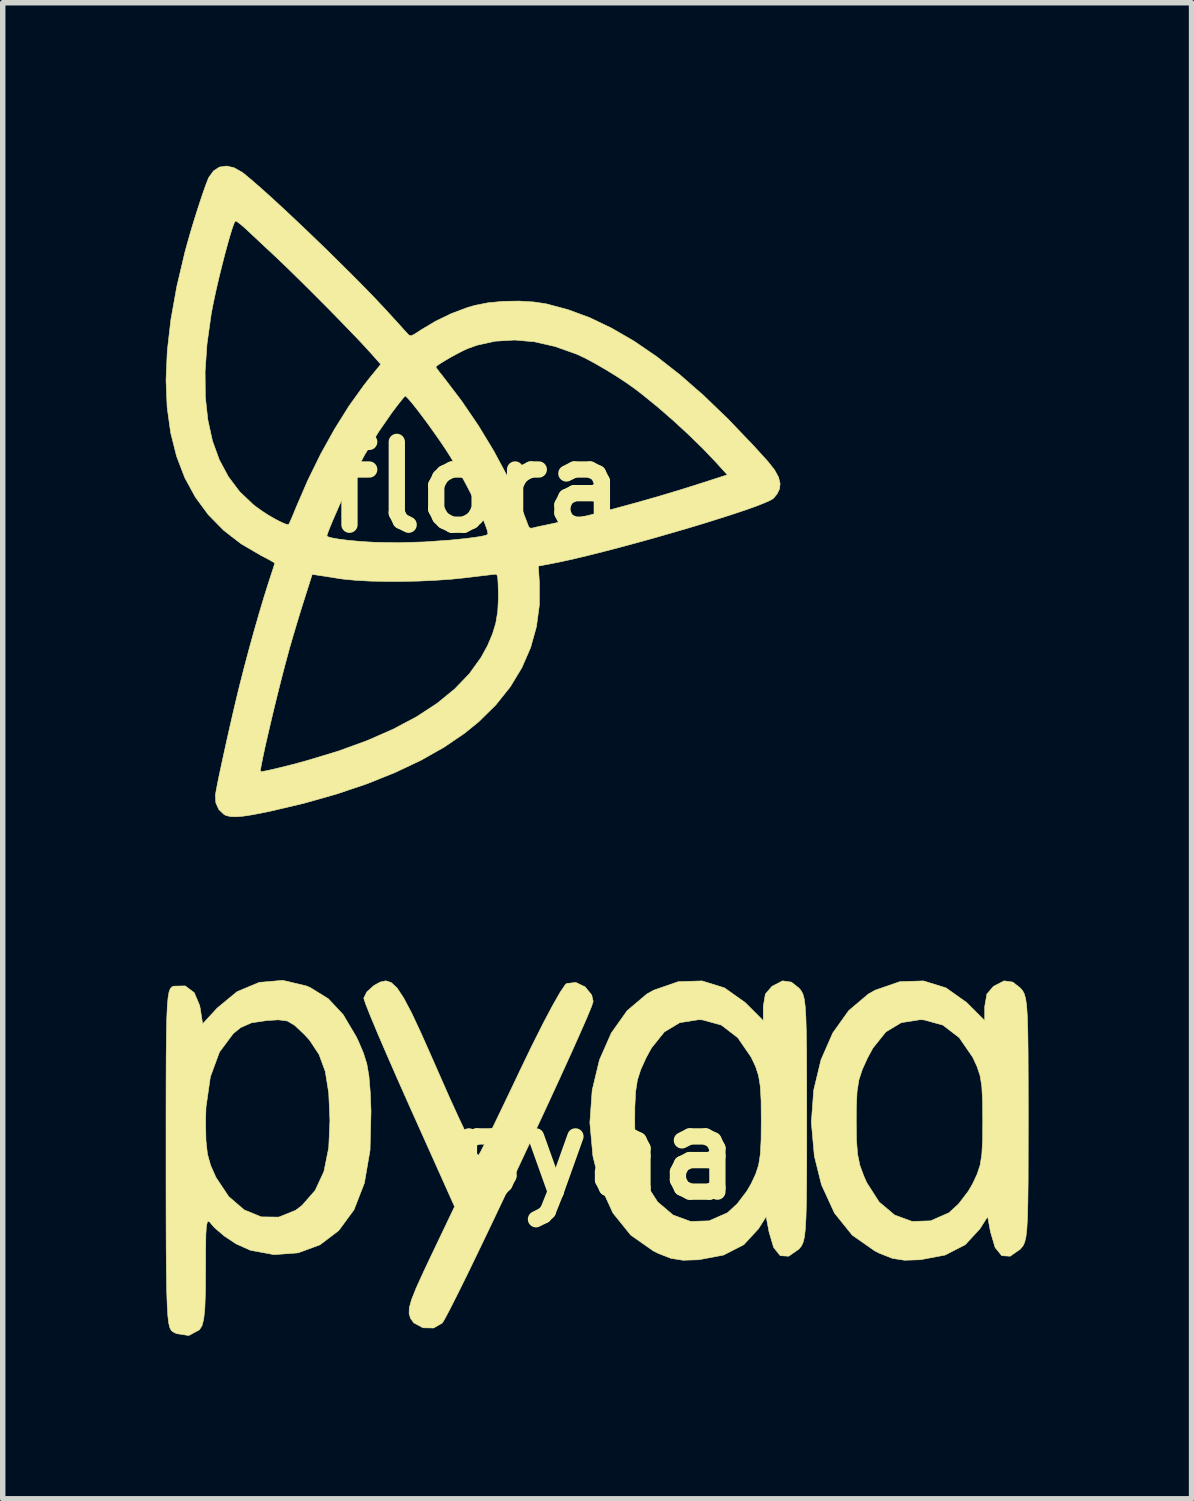
<source format=kicad_pcb>
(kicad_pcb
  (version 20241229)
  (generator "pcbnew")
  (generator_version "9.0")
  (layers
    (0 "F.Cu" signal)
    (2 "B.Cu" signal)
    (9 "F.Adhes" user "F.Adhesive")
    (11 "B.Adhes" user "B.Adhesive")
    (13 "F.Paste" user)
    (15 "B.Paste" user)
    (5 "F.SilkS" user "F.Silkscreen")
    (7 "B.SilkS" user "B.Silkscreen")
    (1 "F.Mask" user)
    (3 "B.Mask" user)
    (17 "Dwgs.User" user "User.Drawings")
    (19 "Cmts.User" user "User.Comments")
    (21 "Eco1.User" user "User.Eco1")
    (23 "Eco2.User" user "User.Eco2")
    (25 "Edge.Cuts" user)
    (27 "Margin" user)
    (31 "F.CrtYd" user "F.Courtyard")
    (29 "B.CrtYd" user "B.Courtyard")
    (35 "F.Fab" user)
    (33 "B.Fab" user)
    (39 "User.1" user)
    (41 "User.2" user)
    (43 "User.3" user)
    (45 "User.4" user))
  (footprint "pyaa"
    (layer "F.Cu")
    (at 7.865 18.188)
    (property "Reference" "pyaa" (at 0 0 0) (layer "F.SilkS") (effects (font (size 1.524 1.524) (thickness 0.3))))
    (attr through_hole)
    (fp_poly (pts (xy -3.714 -3.157) (xy -3.608 -3.057) (xy -3.488 -2.876) (xy -3.343 -2.602) (xy -3.166 -2.224) (xy -2.946 -1.728) (xy -2.845 -1.498) (xy -2.651 -1.058) (xy -2.474 -0.67) (xy -2.323 -0.352) (xy -2.205 -0.122) (xy -2.131 0.004) (xy -2.109 0.021) (xy -2.064 -0.058) (xy -1.967 -0.251) (xy -1.827 -0.536) (xy -1.654 -0.895) (xy -1.456 -1.309) (xy -1.341 -1.552) (xy -1.124 -2.002) (xy -0.923 -2.402) (xy -0.748 -2.733) (xy -0.608 -2.978) (xy -0.514 -3.117) (xy -0.49 -3.14) (xy -0.319 -3.16) (xy -0.148 -3.078) (xy -0.027 -2.929) (xy 0 -2.81) (xy -0.03 -2.717) (xy -0.116 -2.509) (xy -0.25 -2.204) (xy -0.423 -1.817) (xy -0.629 -1.365) (xy -0.859 -0.866) (xy -1.106 -0.335) (xy -1.361 0.21) (xy -1.618 0.754) (xy -1.867 1.279) (xy -2.102 1.769) (xy -2.314 2.208) (xy -2.497 2.578) (xy -2.641 2.863) (xy -2.739 3.047) (xy -2.777 3.107) (xy -2.935 3.199) (xy -3.131 3.195) (xy -3.301 3.104) (xy -3.361 3.021) (xy -3.387 2.934) (xy -3.384 2.829) (xy -3.343 2.68) (xy -3.257 2.464) (xy -3.118 2.158) (xy -2.997 1.902) (xy -2.55 0.965) (xy -3.386 -0.899) (xy -3.603 -1.388) (xy -3.799 -1.836) (xy -3.967 -2.226) (xy -4.098 -2.54) (xy -4.185 -2.76) (xy -4.221 -2.867) (xy -4.221 -2.872) (xy -4.165 -2.986) (xy -4.036 -3.102) (xy -3.919 -3.167) (xy -3.815 -3.19) (xy -3.714 -3.157)) (stroke (width 0.01) (type solid)) (fill yes) (layer "F.SilkS"))
    (fp_poly (pts (xy 3.647 -3.166) (xy 3.785 -3.057) (xy 3.825 -3.01) (xy 3.858 -2.95) (xy 3.883 -2.86) (xy 3.901 -2.724) (xy 3.914 -2.526) (xy 3.922 -2.251) (xy 3.927 -1.882) (xy 3.929 -1.402) (xy 3.93 -0.797) (xy 3.93 -0.655) (xy 3.93 -0.021) (xy 3.928 0.483) (xy 3.924 0.873) (xy 3.916 1.167) (xy 3.904 1.379) (xy 3.887 1.526) (xy 3.863 1.624) (xy 3.833 1.689) (xy 3.794 1.737) (xy 3.785 1.747) (xy 3.598 1.878) (xy 3.442 1.868) (xy 3.321 1.717) (xy 3.236 1.43) (xy 3.183 1.149) (xy 3.042 1.373) (xy 2.772 1.666) (xy 2.399 1.857) (xy 1.942 1.943) (xy 1.653 1.952) (xy 1.43 1.917) (xy 1.196 1.825) (xy 1.108 1.781) (xy 0.692 1.49) (xy 0.364 1.083) (xy 0.126 0.563) (xy -0.005 0.036) (xy -0.061 -0.581) (xy -0.058 -0.619) (xy 0.765 -0.619) (xy 0.769 -0.261) (xy 0.789 -0.002) (xy 0.831 0.204) (xy 0.905 0.405) (xy 0.959 0.526) (xy 1.187 0.88) (xy 1.471 1.12) (xy 1.793 1.238) (xy 2.132 1.227) (xy 2.469 1.079) (xy 2.477 1.073) (xy 2.652 0.912) (xy 2.827 0.681) (xy 2.906 0.546) (xy 2.99 0.367) (xy 3.045 0.199) (xy 3.076 0.001) (xy 3.09 -0.264) (xy 3.093 -0.62) (xy 3.09 -0.989) (xy 3.075 -1.251) (xy 3.043 -1.446) (xy 2.988 -1.614) (xy 2.907 -1.785) (xy 2.66 -2.144) (xy 2.359 -2.375) (xy 2.011 -2.471) (xy 1.936 -2.474) (xy 1.593 -2.42) (xy 1.31 -2.25) (xy 1.072 -1.953) (xy 0.973 -1.771) (xy 0.875 -1.555) (xy 0.814 -1.364) (xy 0.781 -1.152) (xy 0.767 -0.872) (xy 0.765 -0.619) (xy -0.058 -0.619) (xy -0.018 -1.178) (xy 0.116 -1.735) (xy 0.334 -2.23) (xy 0.626 -2.641) (xy 0.986 -2.946) (xy 1.113 -3.017) (xy 1.566 -3.174) (xy 2.004 -3.188) (xy 2.416 -3.06) (xy 2.793 -2.793) (xy 2.831 -2.756) (xy 3.13 -2.457) (xy 3.13 -2.717) (xy 3.169 -2.947) (xy 3.291 -3.089) (xy 3.486 -3.189) (xy 3.647 -3.166)) (stroke (width 0.01) (type solid)) (fill yes) (layer "F.SilkS"))
    (fp_poly (pts (xy 7.722 -3.166) (xy 7.86 -3.057) (xy 7.901 -3.01) (xy 7.933 -2.95) (xy 7.958 -2.86) (xy 7.977 -2.724) (xy 7.99 -2.526) (xy 7.998 -2.251) (xy 8.003 -1.882) (xy 8.005 -1.402) (xy 8.006 -0.797) (xy 8.006 -0.655) (xy 8.005 -0.021) (xy 8.004 0.483) (xy 7.999 0.873) (xy 7.992 1.167) (xy 7.98 1.379) (xy 7.963 1.526) (xy 7.939 1.624) (xy 7.908 1.689) (xy 7.869 1.737) (xy 7.86 1.747) (xy 7.673 1.878) (xy 7.518 1.868) (xy 7.396 1.717) (xy 7.311 1.43) (xy 7.259 1.149) (xy 7.117 1.373) (xy 6.847 1.666) (xy 6.475 1.857) (xy 6.018 1.943) (xy 5.729 1.952) (xy 5.506 1.917) (xy 5.271 1.825) (xy 5.183 1.781) (xy 4.767 1.49) (xy 4.44 1.083) (xy 4.201 0.563) (xy 4.07 0.036) (xy 4.015 -0.581) (xy 4.017 -0.619) (xy 4.841 -0.619) (xy 4.845 -0.261) (xy 4.865 -0.002) (xy 4.907 0.204) (xy 4.981 0.405) (xy 5.035 0.526) (xy 5.262 0.88) (xy 5.547 1.12) (xy 5.869 1.238) (xy 6.208 1.227) (xy 6.545 1.079) (xy 6.553 1.073) (xy 6.727 0.912) (xy 6.903 0.681) (xy 6.982 0.546) (xy 7.066 0.367) (xy 7.121 0.199) (xy 7.152 0.001) (xy 7.166 -0.264) (xy 7.169 -0.62) (xy 7.165 -0.989) (xy 7.151 -1.251) (xy 7.119 -1.446) (xy 7.063 -1.614) (xy 6.983 -1.785) (xy 6.736 -2.144) (xy 6.435 -2.375) (xy 6.086 -2.471) (xy 6.012 -2.474) (xy 5.669 -2.42) (xy 5.386 -2.25) (xy 5.148 -1.953) (xy 5.049 -1.771) (xy 4.951 -1.555) (xy 4.889 -1.364) (xy 4.856 -1.152) (xy 4.843 -0.872) (xy 4.841 -0.619) (xy 4.017 -0.619) (xy 4.058 -1.178) (xy 4.192 -1.735) (xy 4.409 -2.23) (xy 4.702 -2.641) (xy 5.062 -2.946) (xy 5.188 -3.017) (xy 5.642 -3.174) (xy 6.079 -3.188) (xy 6.492 -3.06) (xy 6.869 -2.793) (xy 6.907 -2.756) (xy 7.205 -2.457) (xy 7.205 -2.717) (xy 7.245 -2.947) (xy 7.367 -3.089) (xy 7.562 -3.189) (xy 7.722 -3.166)) (stroke (width 0.01) (type solid)) (fill yes) (layer "F.SilkS"))
    (fp_poly (pts (xy -5.275 -3.095) (xy -5.204 -3.064) (xy -4.874 -2.86) (xy -4.6 -2.567) (xy -4.359 -2.16) (xy -4.318 -2.074) (xy -4.227 -1.86) (xy -4.165 -1.661) (xy -4.126 -1.434) (xy -4.102 -1.138) (xy -4.088 -0.79) (xy -4.106 -0.072) (xy -4.21 0.532) (xy -4.401 1.023) (xy -4.681 1.405) (xy -5.027 1.668) (xy -5.429 1.816) (xy -5.871 1.849) (xy -6.306 1.769) (xy -6.572 1.65) (xy -6.788 1.506) (xy -6.962 1.358) (xy -7.02 1.293) (xy -7.065 1.239) (xy -7.096 1.24) (xy -7.116 1.314) (xy -7.127 1.479) (xy -7.131 1.755) (xy -7.132 2.126) (xy -7.135 2.544) (xy -7.146 2.841) (xy -7.167 3.039) (xy -7.2 3.163) (xy -7.247 3.233) (xy -7.441 3.337) (xy -7.668 3.302) (xy -7.733 3.269) (xy -7.764 3.243) (xy -7.789 3.195) (xy -7.81 3.112) (xy -7.826 2.981) (xy -7.838 2.788) (xy -7.847 2.522) (xy -7.853 2.169) (xy -7.857 1.715) (xy -7.859 1.149) (xy -7.86 0.456) (xy -7.86 0.074) (xy -7.86 -0.594) (xy -7.132 -0.594) (xy -7.125 -0.252) (xy -7.098 -0.003) (xy -7.04 0.205) (xy -6.943 0.424) (xy -6.943 0.425) (xy -6.707 0.78) (xy -6.422 1.025) (xy -6.108 1.154) (xy -5.785 1.158) (xy -5.474 1.032) (xy -5.357 0.943) (xy -5.115 0.666) (xy -4.954 0.319) (xy -4.866 -0.12) (xy -4.844 -0.619) (xy -4.866 -1.126) (xy -4.929 -1.521) (xy -5.044 -1.834) (xy -5.218 -2.097) (xy -5.32 -2.208) (xy -5.493 -2.371) (xy -5.629 -2.451) (xy -5.791 -2.472) (xy -6.006 -2.459) (xy -6.288 -2.417) (xy -6.488 -2.329) (xy -6.624 -2.218) (xy -6.877 -1.878) (xy -7.044 -1.423) (xy -7.125 -0.86) (xy -7.132 -0.594) (xy -7.86 -0.594) (xy -7.86 -0.681) (xy -7.859 -1.304) (xy -7.857 -1.807) (xy -7.852 -2.204) (xy -7.846 -2.507) (xy -7.836 -2.73) (xy -7.822 -2.885) (xy -7.804 -2.986) (xy -7.781 -3.046) (xy -7.753 -3.076) (xy -7.719 -3.092) (xy -7.717 -3.092) (xy -7.506 -3.096) (xy -7.341 -2.972) (xy -7.241 -2.736) (xy -7.232 -2.689) (xy -7.186 -2.398) (xy -6.917 -2.69) (xy -6.552 -2.991) (xy -6.143 -3.162) (xy -5.711 -3.198) (xy -5.275 -3.095)) (stroke (width 0.01) (type solid)) (fill yes) (layer "F.SilkS")))
  (footprint "flora"
    (layer "F.Cu")
    (at 5.703 5.916)
    (property "Reference" "flora" (at 0 0 0) (layer "F.SilkS") (effects (font (size 1.524 1.524) (thickness 0.3))))
    (attr through_hole)
    (fp_poly (pts (xy -4.447 -5.88) (xy -4.299 -5.797) (xy -4.263 -5.77) (xy -4.119 -5.65) (xy -3.941 -5.495) (xy -3.737 -5.311) (xy -3.511 -5.103) (xy -3.271 -4.877) (xy -3.022 -4.64) (xy -2.769 -4.396) (xy -2.52 -4.151) (xy -2.279 -3.912) (xy -2.053 -3.684) (xy -1.848 -3.472) (xy -1.67 -3.283) (xy -1.61 -3.217) (xy -1.5 -3.097) (xy -1.401 -2.988) (xy -1.32 -2.898) (xy -1.264 -2.837) (xy -1.244 -2.815) (xy -1.218 -2.793) (xy -1.189 -2.789) (xy -1.145 -2.806) (xy -1.074 -2.85) (xy -1.005 -2.896) (xy -0.738 -3.055) (xy -0.447 -3.196) (xy -0.155 -3.306) (xy -0.014 -3.347) (xy 0.231 -3.395) (xy 0.508 -3.421) (xy 0.796 -3.426) (xy 1.074 -3.409) (xy 1.298 -3.375) (xy 1.697 -3.269) (xy 2.098 -3.121) (xy 2.503 -2.927) (xy 2.914 -2.689) (xy 3.332 -2.403) (xy 3.759 -2.069) (xy 4.197 -1.686) (xy 4.647 -1.252) (xy 5.112 -0.766) (xy 5.373 -0.479) (xy 5.497 -0.323) (xy 5.572 -0.188) (xy 5.602 -0.068) (xy 5.591 0.03) (xy 5.547 0.122) (xy 5.482 0.201) (xy 5.476 0.207) (xy 5.412 0.245) (xy 5.299 0.294) (xy 5.143 0.355) (xy 4.947 0.424) (xy 4.719 0.5) (xy 4.462 0.582) (xy 4.184 0.669) (xy 3.888 0.758) (xy 3.582 0.847) (xy 3.269 0.937) (xy 2.955 1.024) (xy 2.646 1.107) (xy 2.347 1.185) (xy 2.064 1.256) (xy 1.802 1.319) (xy 1.566 1.371) (xy 1.362 1.412) (xy 1.346 1.415) (xy 1.153 1.45) (xy 1.172 1.749) (xy 1.172 2.165) (xy 1.118 2.566) (xy 1.01 2.953) (xy 0.849 3.322) (xy 0.636 3.673) (xy 0.371 4.005) (xy 0.054 4.317) (xy -0.206 4.528) (xy -0.581 4.783) (xy -1.007 5.024) (xy -1.482 5.249) (xy -2.001 5.457) (xy -2.562 5.646) (xy -3.162 5.816) (xy -3.796 5.965) (xy -3.875 5.981) (xy -4.098 6.025) (xy -4.274 6.052) (xy -4.41 6.063) (xy -4.513 6.059) (xy -4.591 6.041) (xy -4.631 6.021) (xy -4.726 5.93) (xy -4.781 5.809) (xy -4.79 5.672) (xy -4.79 5.667) (xy -4.776 5.586) (xy -4.752 5.458) (xy -4.718 5.292) (xy -4.703 5.223) (xy -3.961 5.223) (xy -3.96 5.231) (xy -3.927 5.231) (xy -3.847 5.216) (xy -3.728 5.19) (xy -3.576 5.153) (xy -3.399 5.109) (xy -3.204 5.057) (xy -3.124 5.035) (xy -2.533 4.857) (xy -1.997 4.662) (xy -1.514 4.45) (xy -1.084 4.221) (xy -0.708 3.975) (xy -0.386 3.712) (xy -0.117 3.432) (xy 0.098 3.134) (xy 0.218 2.915) (xy 0.31 2.699) (xy 0.371 2.496) (xy 0.406 2.286) (xy 0.418 2.051) (xy 0.417 1.924) (xy 0.413 1.783) (xy 0.408 1.69) (xy 0.4 1.634) (xy 0.387 1.608) (xy 0.368 1.6) (xy 0.353 1.601) (xy 0.307 1.606) (xy 0.216 1.617) (xy 0.089 1.632) (xy -0.063 1.65) (xy -0.212 1.668) (xy -0.468 1.694) (xy -0.752 1.713) (xy -1.053 1.727) (xy -1.36 1.733) (xy -1.66 1.733) (xy -1.944 1.727) (xy -2.199 1.713) (xy -2.415 1.693) (xy -2.498 1.682) (xy -2.635 1.66) (xy -2.762 1.64) (xy -2.862 1.625) (xy -2.908 1.618) (xy -3.008 1.603) (xy -3.168 2.107) (xy -3.23 2.305) (xy -3.296 2.522) (xy -3.36 2.737) (xy -3.416 2.929) (xy -3.441 3.02) (xy -3.493 3.212) (xy -3.549 3.425) (xy -3.607 3.652) (xy -3.665 3.885) (xy -3.722 4.119) (xy -3.776 4.347) (xy -3.826 4.563) (xy -3.871 4.759) (xy -3.908 4.93) (xy -3.936 5.068) (xy -3.955 5.168) (xy -3.961 5.223) (xy -4.703 5.223) (xy -4.676 5.095) (xy -4.628 4.876) (xy -4.577 4.644) (xy -4.523 4.405) (xy -4.469 4.169) (xy -4.416 3.943) (xy -4.366 3.736) (xy -4.343 3.643) (xy -4.262 3.324) (xy -4.173 2.989) (xy -4.08 2.653) (xy -3.987 2.329) (xy -3.898 2.03) (xy -3.816 1.769) (xy -3.798 1.713) (xy -3.758 1.591) (xy -3.725 1.49) (xy -3.704 1.421) (xy -3.697 1.396) (xy -3.721 1.379) (xy -3.784 1.343) (xy -3.876 1.293) (xy -3.944 1.259) (xy -4.313 1.043) (xy -4.504 0.896) (xy -2.738 0.896) (xy -2.711 0.914) (xy -2.636 0.934) (xy -2.521 0.954) (xy -2.374 0.973) (xy -2.203 0.99) (xy -2.017 1.004) (xy -1.849 1.013) (xy -1.411 1.02) (xy -0.942 1.006) (xy -0.462 0.972) (xy -0.2 0.945) (xy -0.028 0.924) (xy 0.094 0.905) (xy 0.173 0.888) (xy 0.215 0.871) (xy 0.226 0.855) (xy 0.212 0.789) (xy 0.174 0.682) (xy 0.115 0.541) (xy 0.039 0.376) (xy -0.049 0.194) (xy -0.147 0.003) (xy -0.25 -0.19) (xy -0.354 -0.375) (xy -0.456 -0.546) (xy -0.48 -0.585) (xy -0.565 -0.717) (xy -0.663 -0.862) (xy -0.77 -1.014) (xy -0.878 -1.165) (xy -0.985 -1.309) (xy -1.083 -1.438) (xy -1.169 -1.546) (xy -1.238 -1.626) (xy -1.283 -1.672) (xy -1.298 -1.679) (xy -1.325 -1.651) (xy -1.377 -1.587) (xy -1.449 -1.496) (xy -1.531 -1.387) (xy -1.541 -1.374) (xy -1.791 -1.013) (xy -2.038 -0.605) (xy -2.276 -0.161) (xy -2.284 -0.145) (xy -2.348 -0.014) (xy -2.418 0.135) (xy -2.49 0.292) (xy -2.559 0.449) (xy -2.623 0.595) (xy -2.676 0.723) (xy -2.715 0.822) (xy -2.735 0.883) (xy -2.738 0.896) (xy -4.504 0.896) (xy -4.638 0.792) (xy -4.92 0.505) (xy -5.158 0.182) (xy -5.353 -0.176) (xy -5.504 -0.571) (xy -5.612 -1.001) (xy -5.677 -1.467) (xy -5.698 -1.97) (xy -5.691 -2.132) (xy -4.979 -2.132) (xy -4.975 -1.668) (xy -4.929 -1.242) (xy -4.844 -0.854) (xy -4.717 -0.504) (xy -4.55 -0.193) (xy -4.343 0.082) (xy -4.094 0.318) (xy -4.047 0.355) (xy -3.939 0.433) (xy -3.822 0.509) (xy -3.704 0.578) (xy -3.597 0.634) (xy -3.51 0.673) (xy -3.454 0.687) (xy -3.441 0.684) (xy -3.423 0.651) (xy -3.39 0.577) (xy -3.346 0.473) (xy -3.303 0.367) (xy -3.089 -0.128) (xy -2.853 -0.609) (xy -2.599 -1.066) (xy -2.334 -1.49) (xy -2.062 -1.87) (xy -1.949 -2.014) (xy -1.786 -2.214) (xy -0.734 -2.214) (xy -0.717 -2.188) (xy -0.674 -2.129) (xy -0.611 -2.05) (xy -0.593 -2.027) (xy -0.261 -1.591) (xy 0.049 -1.136) (xy 0.331 -0.671) (xy 0.581 -0.205) (xy 0.794 0.252) (xy 0.962 0.691) (xy 0.975 0.729) (xy 1.008 0.753) (xy 1.037 0.752) (xy 1.084 0.74) (xy 1.173 0.72) (xy 1.289 0.696) (xy 1.383 0.676) (xy 1.732 0.599) (xy 2.122 0.506) (xy 2.54 0.398) (xy 2.976 0.279) (xy 3.416 0.153) (xy 3.848 0.022) (xy 4.185 -0.085) (xy 4.631 -0.229) (xy 4.413 -0.469) (xy 4.186 -0.707) (xy 3.925 -0.962) (xy 3.644 -1.221) (xy 3.357 -1.471) (xy 3.078 -1.698) (xy 2.949 -1.798) (xy 2.785 -1.915) (xy 2.596 -2.04) (xy 2.396 -2.163) (xy 2.198 -2.278) (xy 2.017 -2.375) (xy 1.866 -2.446) (xy 1.856 -2.45) (xy 1.462 -2.59) (xy 1.081 -2.677) (xy 0.714 -2.709) (xy 0.362 -2.688) (xy 0.026 -2.614) (xy -0.155 -2.549) (xy -0.236 -2.511) (xy -0.337 -2.459) (xy -0.446 -2.4) (xy -0.551 -2.339) (xy -0.642 -2.283) (xy -0.707 -2.24) (xy -0.734 -2.215) (xy -0.734 -2.214) (xy -1.786 -2.214) (xy -1.746 -2.262) (xy -1.938 -2.478) (xy -2.039 -2.589) (xy -2.173 -2.732) (xy -2.335 -2.9) (xy -2.516 -3.087) (xy -2.71 -3.285) (xy -2.911 -3.487) (xy -3.111 -3.687) (xy -3.304 -3.877) (xy -3.482 -4.051) (xy -3.639 -4.202) (xy -3.711 -4.27) (xy -3.847 -4.396) (xy -3.98 -4.521) (xy -4.1 -4.633) (xy -4.197 -4.724) (xy -4.256 -4.778) (xy -4.331 -4.843) (xy -4.39 -4.887) (xy -4.422 -4.9) (xy -4.424 -4.899) (xy -4.446 -4.856) (xy -4.479 -4.765) (xy -4.519 -4.635) (xy -4.565 -4.474) (xy -4.615 -4.29) (xy -4.666 -4.091) (xy -4.717 -3.885) (xy -4.765 -3.68) (xy -4.808 -3.483) (xy -4.845 -3.304) (xy -4.868 -3.179) (xy -4.944 -2.636) (xy -4.979 -2.132) (xy -5.691 -2.132) (xy -5.675 -2.508) (xy -5.609 -3.082) (xy -5.5 -3.692) (xy -5.349 -4.332) (xy -5.302 -4.503) (xy -5.248 -4.692) (xy -5.188 -4.891) (xy -5.126 -5.089) (xy -5.065 -5.276) (xy -5.009 -5.443) (xy -4.96 -5.579) (xy -4.922 -5.676) (xy -4.909 -5.704) (xy -4.823 -5.822) (xy -4.714 -5.892) (xy -4.587 -5.911) (xy -4.447 -5.88)) (stroke (width 0.01) (type solid)) (fill yes) (layer "F.SilkS")))
  (gr_rect
    (start -3 -3)
    (end 18.876 24.53)
    (stroke (width 0.1) (type default))
    (fill no)
    (layer "Edge.Cuts")))
</source>
